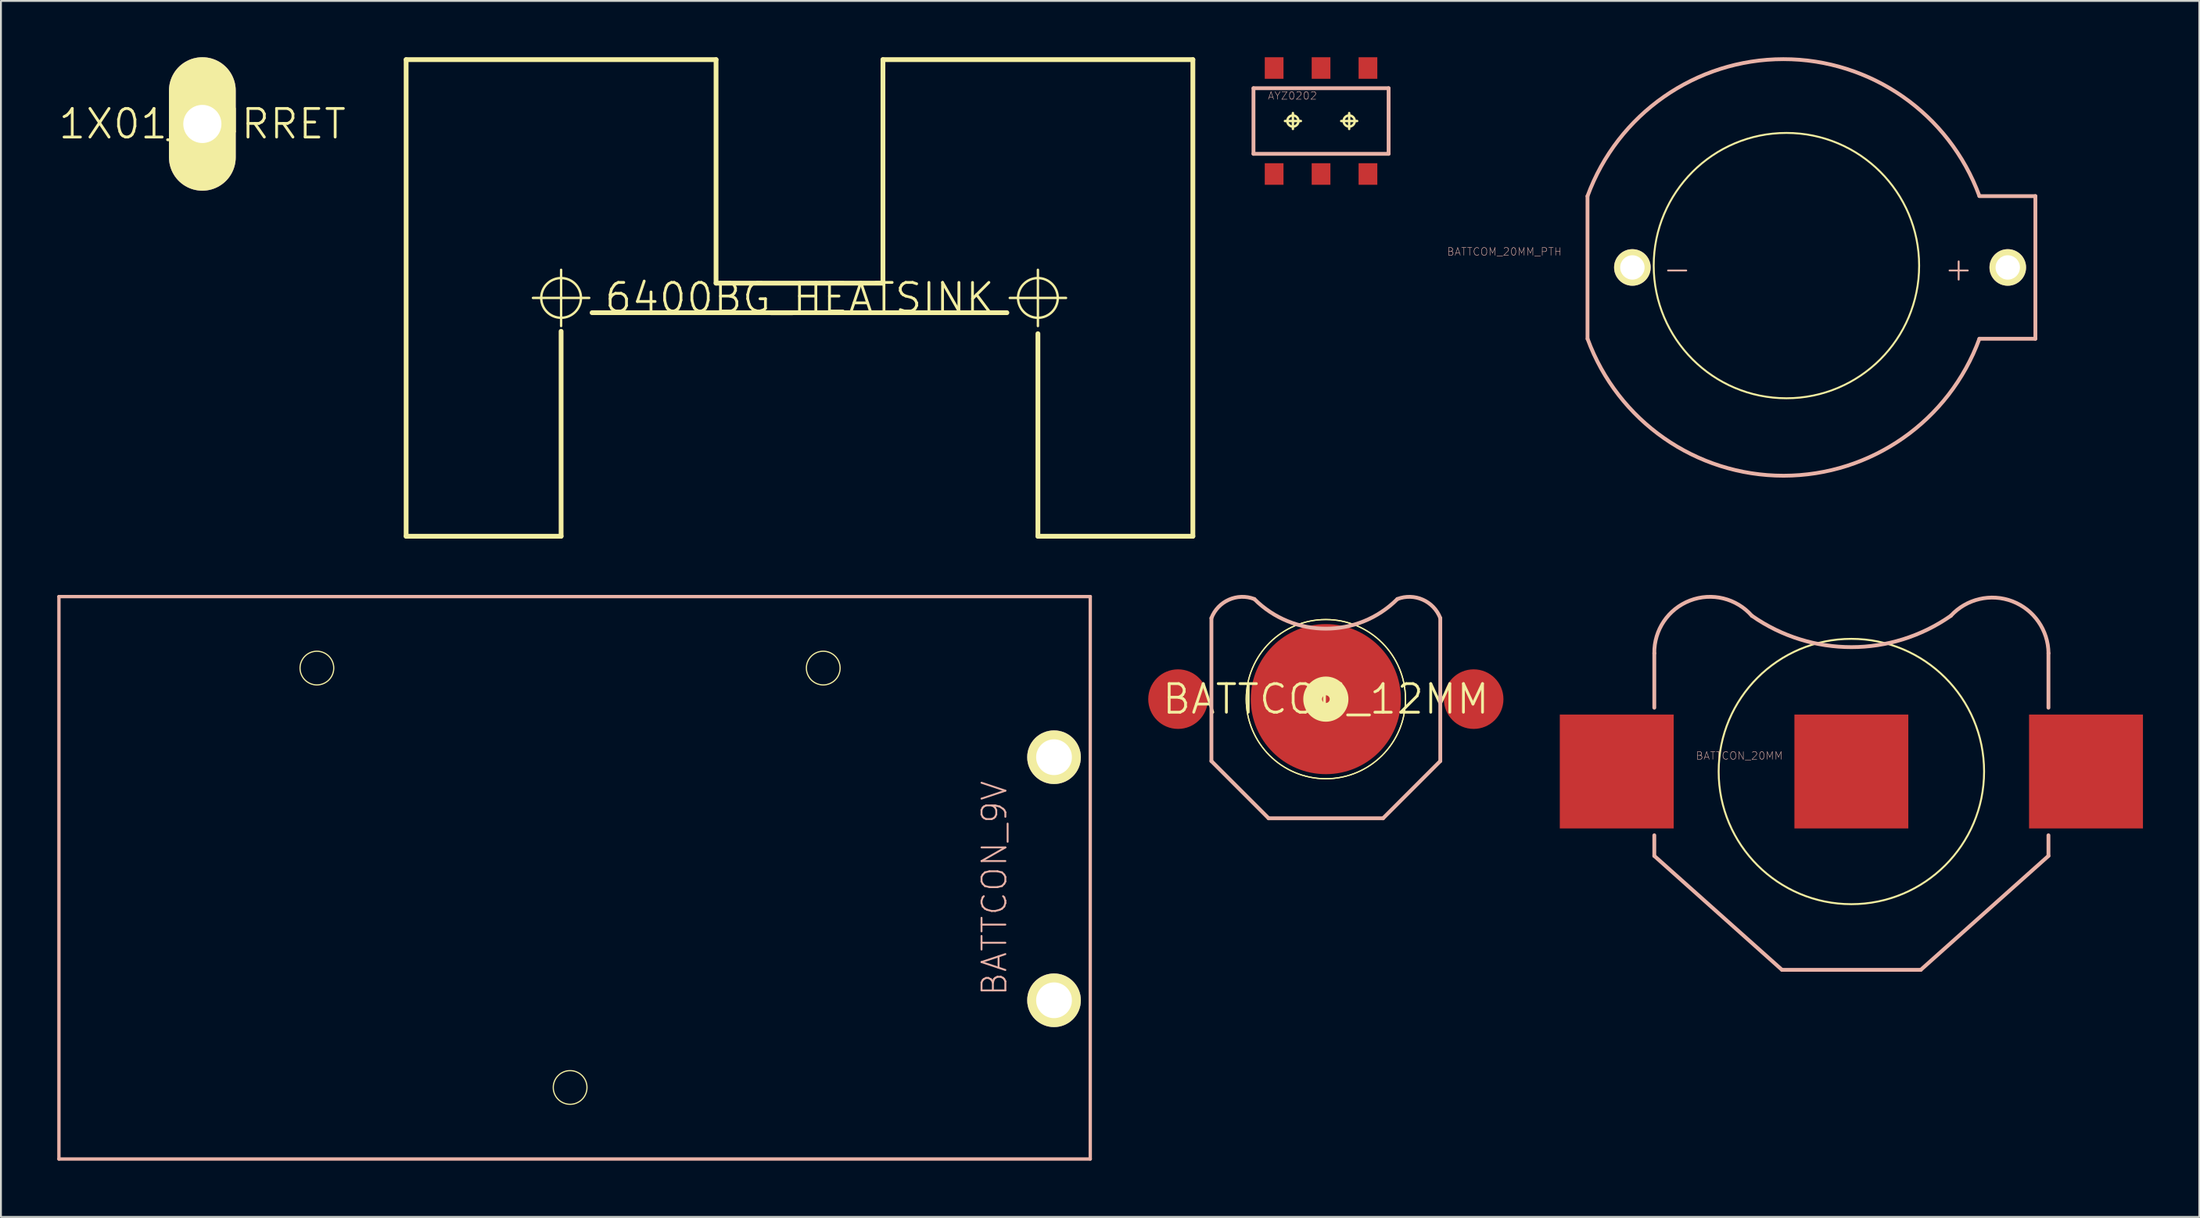
<source format=kicad_pcb>
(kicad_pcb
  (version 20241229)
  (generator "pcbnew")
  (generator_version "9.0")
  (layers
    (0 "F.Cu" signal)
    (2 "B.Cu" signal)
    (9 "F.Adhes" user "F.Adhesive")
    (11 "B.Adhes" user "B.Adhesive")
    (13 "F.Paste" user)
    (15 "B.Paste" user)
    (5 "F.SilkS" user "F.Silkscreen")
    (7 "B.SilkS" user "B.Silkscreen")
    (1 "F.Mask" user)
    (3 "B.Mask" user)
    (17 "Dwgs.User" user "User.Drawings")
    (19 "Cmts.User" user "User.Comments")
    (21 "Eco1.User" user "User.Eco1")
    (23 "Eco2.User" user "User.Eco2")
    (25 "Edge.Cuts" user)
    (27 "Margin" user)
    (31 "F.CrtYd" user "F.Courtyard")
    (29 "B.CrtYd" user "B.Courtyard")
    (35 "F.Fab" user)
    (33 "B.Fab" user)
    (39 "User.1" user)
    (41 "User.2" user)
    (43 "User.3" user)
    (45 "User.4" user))
  (footprint "BATTCOM_20MM_PTH"
    (layer "F.Cu")
    (at 92.056 11.203)
    (property "Reference" "BATTCOM_20MM_PTH" (at -14.968 -0.838 0) (layer "B.SilkS") (effects (font (size 0.406 0.406) (thickness 0.025))))
    (attr exclude_from_pos_files exclude_from_bom)
    (fp_circle (center 0.058 -0.099) (end 5.057 -5.098) (stroke (width 0.102) (type solid)) (fill no) (layer "F.SilkS"))
    (fp_line (start -10.538 -3.8) (end -10.538 3.8) (stroke (width 0.203) (type solid)) (layer "B.SilkS"))
    (fp_line (start 10.338 -3.8) (end 13.32 -3.8) (stroke (width 0.203) (type solid)) (layer "B.SilkS"))
    (fp_line (start 13.32 -3.8) (end 13.32 3.8) (stroke (width 0.203) (type solid)) (layer "B.SilkS"))
    (fp_line (start 13.32 3.8) (end 10.338 3.8) (stroke (width 0.203) (type solid)) (layer "B.SilkS"))
    (fp_arc (start -10.53846 -3.79984) (mid -0.106326 -11.101097) (end 10.335346 -3.813488) (stroke (width 0.2032) (type solid)) (layer "B.SilkS"))
    (fp_arc (start 10.3378 3.79984) (mid -0.092666 11.098712) (end -10.531525 3.811849) (stroke (width 0.2032) (type solid)) (layer "B.SilkS"))
    (fp_text user "+" (at 9.233 0.064 0) (layer "B.SilkS") (effects (font (size 1.27 1.27) (thickness 0.102))))
    (fp_text user "-" (at -5.763 0.064 0) (layer "B.SilkS") (effects (font (size 1.27 1.27) (thickness 0.102))))
    (pad "1" thru_hole circle (at 11.849 0) (size 1.948 1.948) (drill 1.298) (layers "*.Cu" "F.Mask" "F.SilkS" "F.Paste"))
    (pad "2" thru_hole circle (at -8.148 0) (size 1.948 1.948) (drill 1.298) (layers "*.Cu" "F.Mask" "F.SilkS" "F.Paste")))
  (footprint "6400BG_HEATSINK"
    (layer "F.Cu")
    (at 39.54 12.827)
    (property "Reference" "6400BG_HEATSINK" (at 0 0 0) (layer "F.SilkS") (effects (font (size 1.524 1.524) (thickness 0.15))))
    (attr exclude_from_pos_files exclude_from_bom)
    (fp_line (start -20.955 -12.7) (end -4.445 -12.7) (stroke (width 0.254) (type solid)) (layer "F.SilkS"))
    (fp_line (start -20.955 12.7) (end -20.955 -12.7) (stroke (width 0.254) (type solid)) (layer "F.SilkS"))
    (fp_line (start -14.199 0) (end -11.201 0) (stroke (width 0.127) (type solid)) (layer "F.SilkS"))
    (fp_line (start -12.7 1.499) (end -12.7 -1.499) (stroke (width 0.127) (type solid)) (layer "F.SilkS"))
    (fp_line (start -12.7 1.778) (end -12.7 12.7) (stroke (width 0.254) (type solid)) (layer "F.SilkS"))
    (fp_line (start -12.7 12.7) (end -20.955 12.7) (stroke (width 0.254) (type solid)) (layer "F.SilkS"))
    (fp_line (start -11.049 0.787) (end 11.049 0.787) (stroke (width 0.254) (type solid)) (layer "F.SilkS"))
    (fp_line (start -4.445 -12.7) (end -4.445 -0.787) (stroke (width 0.254) (type solid)) (layer "F.SilkS"))
    (fp_line (start -4.445 -0.787) (end 4.445 -0.787) (stroke (width 0.254) (type solid)) (layer "F.SilkS"))
    (fp_line (start 4.445 -12.7) (end 20.955 -12.7) (stroke (width 0.254) (type solid)) (layer "F.SilkS"))
    (fp_line (start 4.445 -0.787) (end 4.445 -12.7) (stroke (width 0.254) (type solid)) (layer "F.SilkS"))
    (fp_line (start 11.201 0) (end 14.199 0) (stroke (width 0.127) (type solid)) (layer "F.SilkS"))
    (fp_line (start 12.7 1.499) (end 12.7 -1.499) (stroke (width 0.127) (type solid)) (layer "F.SilkS"))
    (fp_line (start 12.7 1.905) (end 12.7 12.7) (stroke (width 0.254) (type solid)) (layer "F.SilkS"))
    (fp_line (start 12.7 12.7) (end 20.955 12.7) (stroke (width 0.254) (type solid)) (layer "F.SilkS"))
    (fp_line (start 20.955 12.7) (end 20.955 -12.7) (stroke (width 0.254) (type solid)) (layer "F.SilkS"))
    (fp_circle (center -12.7 0) (end -13.449 0.749) (stroke (width 0.127) (type solid)) (fill no) (layer "F.SilkS"))
    (fp_circle (center 12.7 0) (end 13.449 0.749) (stroke (width 0.127) (type solid)) (fill no) (layer "F.SilkS")))
  (footprint "BATTCON_20MM"
    (layer "F.Cu")
    (at 95.574 38.065)
    (property "Reference" "BATTCON_20MM" (at -5.969 -0.838 0) (layer "B.SilkS") (effects (font (size 0.406 0.406) (thickness 0.025))))
    (attr smd)
    (fp_circle (center 0 0) (end -4.999 4.999) (stroke (width 0.102) (type solid)) (fill no) (layer "F.SilkS"))
    (fp_line (start -10.498 -6.299) (end -10.498 -3.399) (stroke (width 0.203) (type solid)) (layer "B.SilkS"))
    (fp_line (start -10.498 4.498) (end -10.498 3.399) (stroke (width 0.203) (type solid)) (layer "B.SilkS"))
    (fp_line (start -3.698 10.569) (end -10.498 4.498) (stroke (width 0.203) (type solid)) (layer "B.SilkS"))
    (fp_line (start -3.698 10.569) (end 3.698 10.569) (stroke (width 0.203) (type solid)) (layer "B.SilkS"))
    (fp_line (start 3.698 10.569) (end 10.498 4.498) (stroke (width 0.203) (type solid)) (layer "B.SilkS"))
    (fp_line (start 10.498 -6.299) (end 10.498 -3.399) (stroke (width 0.203) (type solid)) (layer "B.SilkS"))
    (fp_line (start 10.498 4.498) (end 10.498 3.399) (stroke (width 0.203) (type solid)) (layer "B.SilkS"))
    (fp_arc (start -10.49782 -6.2992) (mid -8.596027 -9.111716) (end -5.299815 -8.298053) (stroke (width 0.2032) (type solid)) (layer "B.SilkS"))
    (fp_arc (start 5.29844 -8.29818) (mid 0.006776 -6.627996) (end -5.287332 -8.290416) (stroke (width 0.2032) (type solid)) (layer "B.SilkS"))
    (fp_arc (start 5.29844 -8.29818) (mid 8.577815 -9.070348) (end 10.500564 -6.303837) (stroke (width 0.2032) (type solid)) (layer "B.SilkS"))
    (pad "1" smd rect (at -12.499 0) (size 6.068 6.068) (layers "F.Cu" "F.Mask" "F.Paste"))
    (pad "2" smd rect (at 0 0) (size 6.068 6.068) (layers "F.Cu" "F.Mask" "F.Paste"))
    (pad "3" smd rect (at 12.499 0) (size 6.068 6.068) (layers "F.Cu" "F.Mask" "F.Paste")))
  (footprint "1X01_TURRET"
    (layer "F.Cu")
    (at 7.729 3.556)
    (property "Reference" "1X01_TURRET" (at 0 0 0) (layer "F.SilkS") (effects (font (size 1.524 1.524) (thickness 0.15))))
    (attr exclude_from_pos_files exclude_from_bom)
    (fp_circle (center 0 0) (end -0.833 0.833) (stroke (width 0.064) (type solid)) (fill no) (layer "F.SilkS"))
    (pad "1" thru_hole oval (at 0 0 180) (size 3.556 7.112) (drill 2.032) (layers "*.Cu" "F.Mask" "F.SilkS" "F.Paste")))
  (footprint "BATTCON_9V"
    (layer "F.Cu")
    (at 53.099 37.303)
    (property "Reference" "BATTCON_9V" (at -3.175 6.985 90) (layer "B.SilkS") (effects (font (size 1.27 1.27) (thickness 0.102))))
    (attr exclude_from_pos_files exclude_from_bom)
    (fp_circle (center -39.268 -4.75) (end -39.903 -5.385) (stroke (width 0.064) (type solid)) (fill no) (layer "F.SilkS"))
    (fp_circle (center -25.778 17.6) (end -26.413 18.235) (stroke (width 0.064) (type solid)) (fill no) (layer "F.SilkS"))
    (fp_circle (center -12.294 -4.75) (end -12.929 -5.385) (stroke (width 0.064) (type solid)) (fill no) (layer "F.SilkS"))
    (fp_line (start -53.01 -8.56) (end 1.93 -8.56) (stroke (width 0.178) (type solid)) (layer "B.SilkS"))
    (fp_line (start -53.01 21.412) (end -53.01 -8.56) (stroke (width 0.178) (type solid)) (layer "B.SilkS"))
    (fp_line (start 1.93 -8.56) (end 1.93 21.412) (stroke (width 0.178) (type solid)) (layer "B.SilkS"))
    (fp_line (start 1.93 21.412) (end -53.01 21.412) (stroke (width 0.178) (type solid)) (layer "B.SilkS"))
    (pad "+" thru_hole circle (at 0 0) (size 2.857 2.857) (drill 1.905) (layers "*.Cu" "F.Mask" "F.SilkS" "F.Paste"))
    (pad "-" thru_hole circle (at 0 12.954) (size 2.857 2.857) (drill 1.905) (layers "*.Cu" "F.Mask" "F.SilkS" "F.Paste")))
  (footprint "AYZ0202"
    (layer "F.Cu")
    (at 67.323 3.399)
    (property "Reference" "AYZ0202" (at -1.524 -1.346 0) (layer "B.SilkS") (effects (font (size 0.406 0.406) (thickness 0.025))))
    (attr smd)
    (fp_line (start -1.923 0) (end -1.074 0) (stroke (width 0.127) (type solid)) (layer "F.SilkS"))
    (fp_line (start -1.499 0.424) (end -1.499 -0.424) (stroke (width 0.127) (type solid)) (layer "F.SilkS"))
    (fp_line (start 1.074 0) (end 1.923 0) (stroke (width 0.127) (type solid)) (layer "F.SilkS"))
    (fp_line (start 1.499 0.424) (end 1.499 -0.424) (stroke (width 0.127) (type solid)) (layer "F.SilkS"))
    (fp_circle (center -1.499 0) (end -1.709 0.211) (stroke (width 0.127) (type solid)) (fill no) (layer "F.SilkS"))
    (fp_circle (center 1.499 0) (end 1.709 0.211) (stroke (width 0.127) (type solid)) (fill no) (layer "F.SilkS"))
    (fp_line (start -3.599 -1.748) (end -3.599 1.748) (stroke (width 0.203) (type solid)) (layer "B.SilkS"))
    (fp_line (start -3.599 1.748) (end 3.599 1.748) (stroke (width 0.203) (type solid)) (layer "B.SilkS"))
    (fp_line (start 3.599 -1.748) (end -3.599 -1.748) (stroke (width 0.203) (type solid)) (layer "B.SilkS"))
    (fp_line (start 3.599 1.748) (end 3.599 -1.748) (stroke (width 0.203) (type solid)) (layer "B.SilkS"))
    (pad "1" smd rect (at -2.499 -2.824) (size 0.998 1.148) (layers "F.Cu" "F.Mask" "F.Paste"))
    (pad "2" smd rect (at 0 -2.824) (size 0.998 1.148) (layers "F.Cu" "F.Mask" "F.Paste"))
    (pad "3" smd rect (at 2.499 -2.824) (size 0.998 1.148) (layers "F.Cu" "F.Mask" "F.Paste"))
    (pad "4" smd rect (at -2.499 2.824) (size 0.998 1.148) (layers "F.Cu" "F.Mask" "F.Paste"))
    (pad "5" smd rect (at 0 2.824) (size 0.998 1.148) (layers "F.Cu" "F.Mask" "F.Paste"))
    (pad "6" smd rect (at 2.499 2.824) (size 0.998 1.148) (layers "F.Cu" "F.Mask" "F.Paste")))
  (footprint "BATTCON_12MM"
    (layer "F.Cu")
    (at 67.579 34.208)
    (property "Reference" "BATTCON_12MM" (at 0 0 0) (layer "F.SilkS") (effects (font (size 1.524 1.524) (thickness 0.15))))
    (attr smd)
    (fp_circle (center 0 0) (end -3 3) (stroke (width 0.064) (type solid)) (fill no) (layer "F.SilkS"))
    (fp_circle (center 0 0) (end -3 3) (stroke (width 0.064) (type solid)) (fill no) (layer "F.SilkS"))
    (fp_circle (center 0 0) (end -0.498 0.498) (stroke (width 0.998) (type solid)) (fill no) (layer "F.SilkS"))
    (fp_line (start -6.096 3.302) (end -6.096 -4.318) (stroke (width 0.203) (type solid)) (layer "B.SilkS"))
    (fp_line (start -3.048 6.35) (end -6.096 3.302) (stroke (width 0.203) (type solid)) (layer "B.SilkS"))
    (fp_line (start 3.048 6.35) (end -3.048 6.35) (stroke (width 0.203) (type solid)) (layer "B.SilkS"))
    (fp_line (start 6.096 -4.318) (end 6.096 3.302) (stroke (width 0.203) (type solid)) (layer "B.SilkS"))
    (fp_line (start 6.096 3.302) (end 3.048 6.35) (stroke (width 0.203) (type solid)) (layer "B.SilkS"))
    (fp_arc (start -6.096 -4.318) (mid -5.16342 -5.299446) (end -3.81 -5.334) (stroke (width 0.2032) (type solid)) (layer "B.SilkS"))
    (fp_arc (start 3.81 -5.334) (mid 0 -3.755846) (end -3.81 -5.334) (stroke (width 0.2032) (type solid)) (layer "B.SilkS"))
    (fp_arc (start 3.81 -5.334) (mid 5.16342 -5.299446) (end 6.096 -4.318) (stroke (width 0.2032) (type solid)) (layer "B.SilkS"))
    (pad "GND" smd circle (at 0 0) (size 7.998 7.998) (layers "F.Cu" "F.Mask" "F.Paste"))
    (pad "PWR@" smd circle (at -7.874 0) (size 3.175 3.175) (layers "F.Cu" "F.Mask" "F.Paste"))
    (pad "PWR@" smd circle (at 7.874 0) (size 3.175 3.175) (layers "F.Cu" "F.Mask" "F.Paste")))
  (gr_rect
    (start -3 -3)
    (end 114.108 61.804)
    (stroke (width 0.1) (type default))
    (fill no)
    (layer "Edge.Cuts")))
</source>
